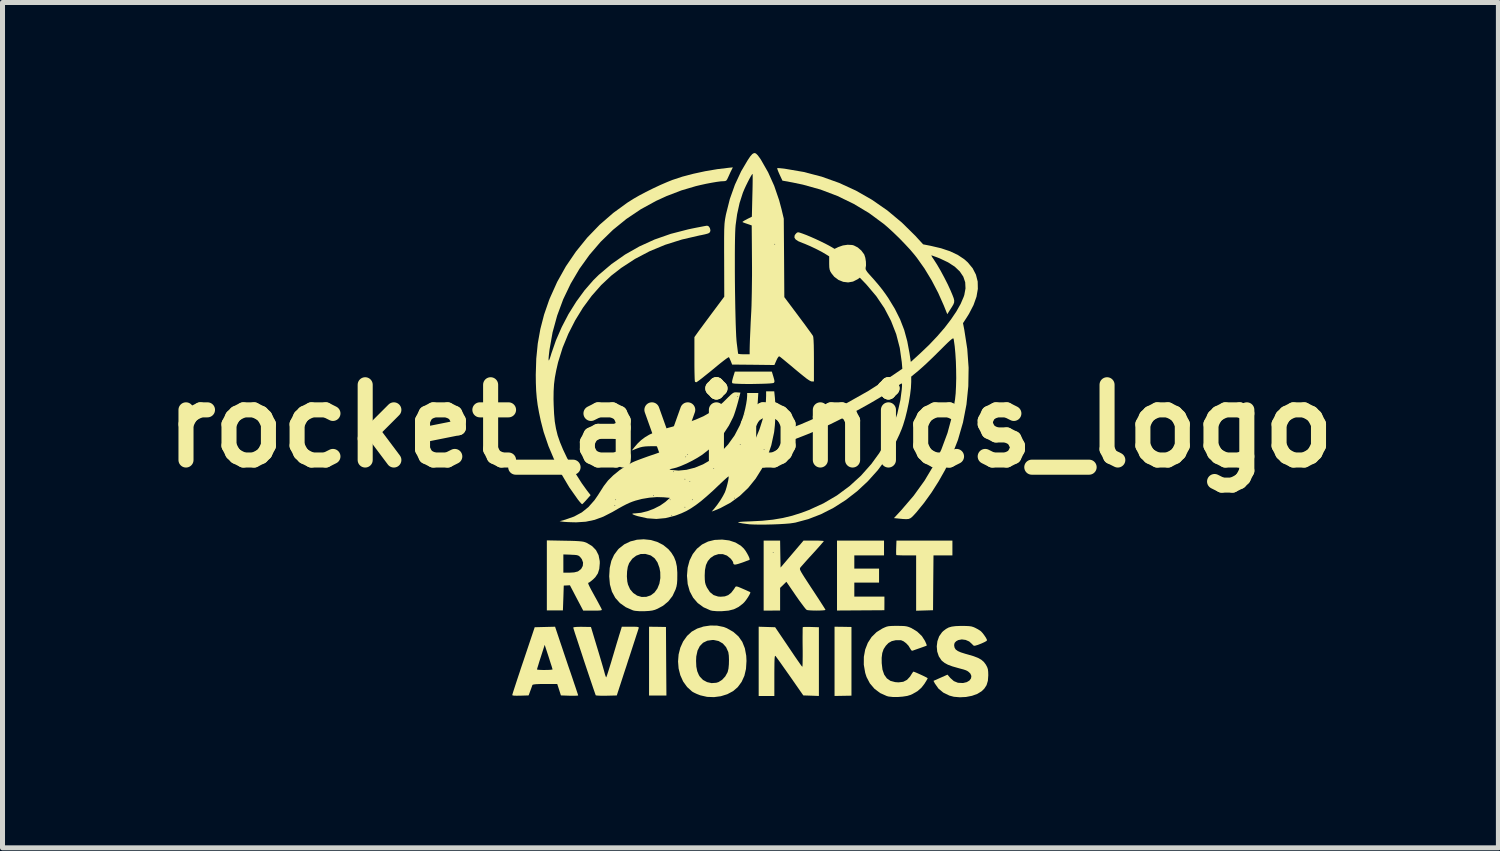
<source format=kicad_pcb>
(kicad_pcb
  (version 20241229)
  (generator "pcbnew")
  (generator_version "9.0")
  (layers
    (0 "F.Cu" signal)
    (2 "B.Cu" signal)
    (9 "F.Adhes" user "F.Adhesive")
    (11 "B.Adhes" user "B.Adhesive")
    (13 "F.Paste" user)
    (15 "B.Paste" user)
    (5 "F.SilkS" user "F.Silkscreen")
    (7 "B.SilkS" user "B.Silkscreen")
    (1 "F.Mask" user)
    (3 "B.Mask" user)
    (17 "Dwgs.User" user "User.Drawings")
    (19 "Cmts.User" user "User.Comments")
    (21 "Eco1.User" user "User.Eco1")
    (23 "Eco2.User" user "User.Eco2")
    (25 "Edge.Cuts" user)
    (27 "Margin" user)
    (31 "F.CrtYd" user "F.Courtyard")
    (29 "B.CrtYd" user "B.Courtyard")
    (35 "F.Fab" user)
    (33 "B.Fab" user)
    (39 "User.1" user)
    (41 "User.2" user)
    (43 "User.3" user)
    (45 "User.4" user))
  (footprint "rocket_avionics_logo"
    (layer "F.Cu")
    (at 11.907 5.44)
    (property "Reference" "rocket_avionics_logo" (at 0 0 0) (layer "F.SilkS") (effects (font (size 1.5 1.5) (thickness 0.3))))
    (attr board_only exclude_from_pos_files exclude_from_bom)
    (fp_poly (pts (xy -1.852 4.003) (xy -1.684 4.006) (xy -1.68 4.689) (xy -1.675 5.372) (xy -1.848 5.372) (xy -2.021 5.372) (xy -2.021 4.687) (xy -2.021 4.001)) (stroke (width 0) (type solid)) (fill yes) (layer "F.SilkS"))
    (fp_poly (pts (xy 1.844 4.003) (xy 2.013 4.006) (xy 2.013 4.691) (xy 2.013 5.375) (xy 1.844 5.378) (xy 1.676 5.381) (xy 1.676 4.691) (xy 1.676 4.001)) (stroke (width 0) (type solid)) (fill yes) (layer "F.SilkS"))
    (fp_poly (pts (xy 4.025 2.432) (xy 4.025 2.579) (xy 3.837 2.579) (xy 3.648 2.579) (xy 3.643 3.126) (xy 3.639 3.672) (xy 3.471 3.677) (xy 3.302 3.682) (xy 3.302 3.131) (xy 3.302 2.579) (xy 3.108 2.579) (xy 3.032 2.579) (xy 2.968 2.577) (xy 2.924 2.575) (xy 2.907 2.573) (xy 2.904 2.554) (xy 2.903 2.511) (xy 2.904 2.451) (xy 2.905 2.425) (xy 2.91 2.284) (xy 3.468 2.284) (xy 4.025 2.284)) (stroke (width 0) (type solid)) (fill yes) (layer "F.SilkS"))
    (fp_poly (pts (xy 0.457 -0.982) (xy 0.473 -0.925) (xy 0.479 -0.891) (xy 0.475 -0.872) (xy 0.463 -0.858) (xy 0.44 -0.853) (xy 0.389 -0.848) (xy 0.318 -0.844) (xy 0.23 -0.841) (xy 0.132 -0.839) (xy 0.03 -0.837) (xy -0.071 -0.837) (xy -0.165 -0.838) (xy -0.246 -0.841) (xy -0.309 -0.844) (xy -0.349 -0.849) (xy -0.358 -0.852) (xy -0.367 -0.866) (xy -0.366 -0.894) (xy -0.354 -0.943) (xy -0.345 -0.975) (xy -0.311 -1.084) (xy 0.058 -1.084) (xy 0.426 -1.084)) (stroke (width 0) (type solid)) (fill yes) (layer "F.SilkS"))
    (fp_poly (pts (xy 2.662 2.432) (xy 2.662 2.579) (xy 2.366 2.579) (xy 2.07 2.579) (xy 2.07 2.711) (xy 2.07 2.842) (xy 2.317 2.842) (xy 2.563 2.842) (xy 2.563 2.982) (xy 2.563 3.122) (xy 2.317 3.122) (xy 2.07 3.122) (xy 2.07 3.261) (xy 2.07 3.401) (xy 2.37 3.401) (xy 2.67 3.401) (xy 2.67 3.536) (xy 2.669 3.672) (xy 2.197 3.675) (xy 1.725 3.678) (xy 1.725 2.981) (xy 1.725 2.284) (xy 2.193 2.284) (xy 2.662 2.284)) (stroke (width 0) (type solid)) (fill yes) (layer "F.SilkS"))
    (fp_poly (pts (xy 0.328 4.006) (xy 0.492 4.011) (xy 0.733 4.367) (xy 0.814 4.487) (xy 0.878 4.582) (xy 0.928 4.655) (xy 0.966 4.709) (xy 0.993 4.748) (xy 1.011 4.773) (xy 1.023 4.788) (xy 1.03 4.795) (xy 1.034 4.797) (xy 1.035 4.797) (xy 1.037 4.781) (xy 1.039 4.737) (xy 1.04 4.67) (xy 1.041 4.583) (xy 1.041 4.481) (xy 1.04 4.408) (xy 1.039 4.298) (xy 1.039 4.2) (xy 1.04 4.117) (xy 1.04 4.055) (xy 1.042 4.018) (xy 1.043 4.01) (xy 1.06 4.006) (xy 1.104 4.005) (xy 1.165 4.005) (xy 1.206 4.006) (xy 1.364 4.011) (xy 1.364 4.696) (xy 1.364 5.381) (xy 1.209 5.375) (xy 1.053 5.37) (xy 0.788 4.989) (xy 0.718 4.89) (xy 0.653 4.798) (xy 0.597 4.718) (xy 0.55 4.653) (xy 0.517 4.608) (xy 0.5 4.585) (xy 0.499 4.584) (xy 0.492 4.581) (xy 0.487 4.589) (xy 0.483 4.613) (xy 0.48 4.655) (xy 0.478 4.719) (xy 0.477 4.808) (xy 0.476 4.926) (xy 0.476 4.971) (xy 0.476 5.381) (xy 0.32 5.381) (xy 0.164 5.381) (xy 0.164 4.691) (xy 0.164 4.001)) (stroke (width 0) (type solid)) (fill yes) (layer "F.SilkS"))
    (fp_poly (pts (xy -0.665 3.979) (xy -0.537 4.005) (xy -0.471 4.03) (xy -0.341 4.104) (xy -0.239 4.194) (xy -0.163 4.302) (xy -0.112 4.43) (xy -0.084 4.579) (xy -0.079 4.682) (xy -0.089 4.842) (xy -0.121 4.979) (xy -0.176 5.1) (xy -0.254 5.206) (xy -0.347 5.285) (xy -0.461 5.346) (xy -0.59 5.386) (xy -0.726 5.404) (xy -0.864 5.399) (xy -0.996 5.369) (xy -1.005 5.366) (xy -1.069 5.341) (xy -1.126 5.314) (xy -1.163 5.293) (xy -1.263 5.202) (xy -1.342 5.092) (xy -1.398 4.967) (xy -1.432 4.833) (xy -1.443 4.693) (xy -1.442 4.681) (xy -1.084 4.681) (xy -1.079 4.796) (xy -1.061 4.887) (xy -1.028 4.965) (xy -1.007 4.998) (xy -0.945 5.062) (xy -0.864 5.105) (xy -0.774 5.125) (xy -0.682 5.118) (xy -0.636 5.104) (xy -0.565 5.059) (xy -0.502 4.991) (xy -0.458 4.912) (xy -0.453 4.899) (xy -0.438 4.836) (xy -0.43 4.752) (xy -0.428 4.662) (xy -0.431 4.577) (xy -0.441 4.509) (xy -0.443 4.503) (xy -0.486 4.408) (xy -0.551 4.335) (xy -0.635 4.286) (xy -0.734 4.265) (xy -0.756 4.265) (xy -0.859 4.279) (xy -0.944 4.32) (xy -1.009 4.386) (xy -1.055 4.477) (xy -1.08 4.593) (xy -1.084 4.681) (xy -1.442 4.681) (xy -1.432 4.554) (xy -1.398 4.419) (xy -1.342 4.295) (xy -1.263 4.184) (xy -1.171 4.099) (xy -1.062 4.038) (xy -0.936 3.997) (xy -0.801 3.977)) (stroke (width 0) (type solid)) (fill yes) (layer "F.SilkS"))
    (fp_poly (pts (xy -3.817 4.231) (xy -3.791 4.309) (xy -3.756 4.412) (xy -3.716 4.532) (xy -3.672 4.662) (xy -3.627 4.796) (xy -3.587 4.911) (xy -3.548 5.026) (xy -3.513 5.131) (xy -3.482 5.222) (xy -3.458 5.295) (xy -3.441 5.345) (xy -3.434 5.369) (xy -3.434 5.371) (xy -3.449 5.374) (xy -3.49 5.376) (xy -3.551 5.377) (xy -3.606 5.376) (xy -3.778 5.37) (xy -3.814 5.256) (xy -3.851 5.142) (xy -4.095 5.142) (xy -4.197 5.143) (xy -4.27 5.146) (xy -4.316 5.151) (xy -4.341 5.158) (xy -4.346 5.163) (xy -4.355 5.189) (xy -4.371 5.234) (xy -4.387 5.277) (xy -4.421 5.37) (xy -4.585 5.375) (xy -4.664 5.376) (xy -4.719 5.374) (xy -4.746 5.367) (xy -4.748 5.364) (xy -4.743 5.346) (xy -4.729 5.299) (xy -4.706 5.228) (xy -4.676 5.136) (xy -4.64 5.026) (xy -4.598 4.901) (xy -4.583 4.853) (xy -4.255 4.853) (xy -4.24 4.857) (xy -4.199 4.861) (xy -4.139 4.863) (xy -4.099 4.863) (xy -4.032 4.862) (xy -3.98 4.859) (xy -3.949 4.854) (xy -3.944 4.851) (xy -3.95 4.832) (xy -3.963 4.787) (xy -3.984 4.723) (xy -4.009 4.644) (xy -4.023 4.6) (xy -4.101 4.362) (xy -4.178 4.603) (xy -4.205 4.686) (xy -4.227 4.759) (xy -4.244 4.814) (xy -4.254 4.847) (xy -4.255 4.853) (xy -4.583 4.853) (xy -4.553 4.764) (xy -4.524 4.679) (xy -4.3 4.011) (xy -4.097 4.006) (xy -3.894 4.001)) (stroke (width 0) (type solid)) (fill yes) (layer "F.SilkS"))
    (fp_poly (pts (xy -3.701 2.287) (xy -3.581 2.289) (xy -3.49 2.292) (xy -3.421 2.296) (xy -3.369 2.301) (xy -3.33 2.307) (xy -3.298 2.316) (xy -3.269 2.327) (xy -3.261 2.331) (xy -3.156 2.394) (xy -3.078 2.475) (xy -3.027 2.575) (xy -3.004 2.692) (xy -3.003 2.736) (xy -3.013 2.848) (xy -3.041 2.938) (xy -3.092 3.014) (xy -3.134 3.056) (xy -3.176 3.091) (xy -3.208 3.115) (xy -3.222 3.122) (xy -3.232 3.125) (xy -3.234 3.136) (xy -3.226 3.16) (xy -3.208 3.199) (xy -3.178 3.258) (xy -3.133 3.34) (xy -3.105 3.391) (xy -3.06 3.472) (xy -3.021 3.545) (xy -2.99 3.603) (xy -2.97 3.642) (xy -2.964 3.654) (xy -2.963 3.665) (xy -2.974 3.673) (xy -3.003 3.677) (xy -3.053 3.68) (xy -3.131 3.68) (xy -3.143 3.68) (xy -3.333 3.68) (xy -3.466 3.428) (xy -3.598 3.175) (xy -3.66 3.178) (xy -3.721 3.181) (xy -3.729 3.428) (xy -3.738 3.675) (xy -3.898 3.675) (xy -4.058 3.675) (xy -4.058 2.977) (xy -4.058 2.742) (xy -3.729 2.742) (xy -3.729 2.924) (xy -3.61 2.924) (xy -3.513 2.918) (xy -3.442 2.9) (xy -3.434 2.896) (xy -3.375 2.85) (xy -3.342 2.79) (xy -3.336 2.723) (xy -3.36 2.656) (xy -3.383 2.625) (xy -3.407 2.599) (xy -3.431 2.583) (xy -3.461 2.574) (xy -3.507 2.569) (xy -3.577 2.566) (xy -3.58 2.565) (xy -3.729 2.56) (xy -3.729 2.742) (xy -4.058 2.742) (xy -4.058 2.28)) (stroke (width 0) (type solid)) (fill yes) (layer "F.SilkS"))
    (fp_poly (pts (xy 0.595 2.553) (xy 0.6 2.822) (xy 0.829 2.553) (xy 1.058 2.284) (xy 1.26 2.284) (xy 1.337 2.284) (xy 1.401 2.287) (xy 1.445 2.29) (xy 1.462 2.293) (xy 1.462 2.294) (xy 1.452 2.308) (xy 1.422 2.343) (xy 1.377 2.395) (xy 1.32 2.459) (xy 1.254 2.532) (xy 1.245 2.542) (xy 1.175 2.618) (xy 1.112 2.688) (xy 1.059 2.748) (xy 1.02 2.792) (xy 0.998 2.817) (xy 0.998 2.818) (xy 0.99 2.829) (xy 0.986 2.842) (xy 0.987 2.858) (xy 0.996 2.882) (xy 1.014 2.916) (xy 1.043 2.964) (xy 1.084 3.029) (xy 1.139 3.113) (xy 1.21 3.222) (xy 1.232 3.255) (xy 1.299 3.357) (xy 1.36 3.45) (xy 1.412 3.531) (xy 1.453 3.595) (xy 1.482 3.641) (xy 1.495 3.663) (xy 1.495 3.665) (xy 1.48 3.671) (xy 1.44 3.675) (xy 1.383 3.678) (xy 1.317 3.679) (xy 1.249 3.678) (xy 1.189 3.675) (xy 1.142 3.671) (xy 1.12 3.665) (xy 1.101 3.647) (xy 1.068 3.606) (xy 1.023 3.546) (xy 0.969 3.473) (xy 0.911 3.39) (xy 0.902 3.377) (xy 0.716 3.105) (xy 0.654 3.166) (xy 0.591 3.227) (xy 0.591 3.452) (xy 0.591 3.678) (xy 0.427 3.679) (xy 0.263 3.68) (xy 0.263 2.982) (xy 0.263 2.522) (xy 0.444 2.522) (xy 0.452 2.53) (xy 0.46 2.522) (xy 0.452 2.514) (xy 0.444 2.522) (xy 0.263 2.522) (xy 0.263 2.284) (xy 0.427 2.284) (xy 0.591 2.284)) (stroke (width 0) (type solid)) (fill yes) (layer "F.SilkS"))
    (fp_poly (pts (xy -1.991 2.272) (xy -1.86 2.31) (xy -1.74 2.371) (xy -1.636 2.455) (xy -1.576 2.526) (xy -1.524 2.61) (xy -1.489 2.698) (xy -1.467 2.799) (xy -1.458 2.92) (xy -1.458 2.974) (xy -1.459 3.069) (xy -1.464 3.14) (xy -1.474 3.198) (xy -1.49 3.251) (xy -1.492 3.257) (xy -1.553 3.388) (xy -1.636 3.495) (xy -1.742 3.583) (xy -1.851 3.642) (xy -1.904 3.664) (xy -1.957 3.678) (xy -2.019 3.686) (xy -2.102 3.691) (xy -2.111 3.691) (xy -2.219 3.691) (xy -2.301 3.684) (xy -2.341 3.675) (xy -2.485 3.612) (xy -2.602 3.529) (xy -2.694 3.426) (xy -2.761 3.302) (xy -2.801 3.159) (xy -2.815 3) (xy -2.463 3) (xy -2.455 3.098) (xy -2.441 3.161) (xy -2.399 3.255) (xy -2.336 3.329) (xy -2.259 3.381) (xy -2.171 3.407) (xy -2.078 3.406) (xy -1.988 3.376) (xy -1.913 3.32) (xy -1.855 3.24) (xy -1.815 3.142) (xy -1.796 3.031) (xy -1.798 2.912) (xy -1.814 2.826) (xy -1.853 2.719) (xy -1.908 2.639) (xy -1.98 2.585) (xy -1.994 2.578) (xy -2.093 2.55) (xy -2.188 2.552) (xy -2.277 2.585) (xy -2.355 2.645) (xy -2.417 2.732) (xy -2.419 2.736) (xy -2.445 2.807) (xy -2.459 2.899) (xy -2.463 3) (xy -2.815 3) (xy -2.815 2.996) (xy -2.815 2.99) (xy -2.805 2.828) (xy -2.773 2.688) (xy -2.718 2.568) (xy -2.64 2.463) (xy -2.621 2.443) (xy -2.515 2.359) (xy -2.394 2.301) (xy -2.263 2.267) (xy -2.127 2.258)) (stroke (width 0) (type solid)) (fill yes) (layer "F.SilkS"))
    (fp_poly (pts (xy -2.314 4.001) (xy -2.265 4.003) (xy -2.238 4.007) (xy -2.227 4.015) (xy -2.227 4.027) (xy -2.229 4.033) (xy -2.236 4.056) (xy -2.252 4.106) (xy -2.277 4.181) (xy -2.307 4.275) (xy -2.343 4.385) (xy -2.383 4.509) (xy -2.426 4.641) (xy -2.427 4.641) (xy -2.47 4.776) (xy -2.512 4.903) (xy -2.55 5.02) (xy -2.583 5.122) (xy -2.61 5.204) (xy -2.629 5.263) (xy -2.639 5.293) (xy -2.664 5.371) (xy -2.87 5.376) (xy -2.948 5.377) (xy -3.015 5.375) (xy -3.062 5.372) (xy -3.083 5.368) (xy -3.084 5.367) (xy -3.091 5.348) (xy -3.107 5.302) (xy -3.131 5.233) (xy -3.161 5.144) (xy -3.196 5.041) (xy -3.235 4.925) (xy -3.276 4.803) (xy -3.318 4.677) (xy -3.359 4.551) (xy -3.399 4.43) (xy -3.436 4.317) (xy -3.469 4.217) (xy -3.497 4.133) (xy -3.517 4.069) (xy -3.529 4.029) (xy -3.532 4.017) (xy -3.516 4.01) (xy -3.471 4.005) (xy -3.399 4.003) (xy -3.356 4.003) (xy -3.179 4.006) (xy -3.061 4.398) (xy -3.026 4.513) (xy -2.993 4.624) (xy -2.963 4.725) (xy -2.938 4.811) (xy -2.92 4.874) (xy -2.913 4.9) (xy -2.898 4.955) (xy -2.884 4.995) (xy -2.876 5.011) (xy -2.876 5.011) (xy -2.869 4.996) (xy -2.854 4.954) (xy -2.833 4.889) (xy -2.807 4.806) (xy -2.777 4.709) (xy -2.761 4.654) (xy -2.727 4.54) (xy -2.693 4.426) (xy -2.662 4.321) (xy -2.634 4.23) (xy -2.614 4.162) (xy -2.609 4.148) (xy -2.564 4.001) (xy -2.391 4.001)) (stroke (width 0) (type solid)) (fill yes) (layer "F.SilkS"))
    (fp_poly (pts (xy -0.424 2.281) (xy -0.3 2.322) (xy -0.194 2.385) (xy -0.133 2.442) (xy -0.1 2.485) (xy -0.068 2.537) (xy -0.04 2.589) (xy -0.021 2.633) (xy -0.016 2.662) (xy -0.018 2.667) (xy -0.035 2.675) (xy -0.077 2.69) (xy -0.134 2.712) (xy -0.171 2.725) (xy -0.247 2.75) (xy -0.297 2.762) (xy -0.327 2.76) (xy -0.341 2.744) (xy -0.345 2.718) (xy -0.355 2.696) (xy -0.381 2.66) (xy -0.398 2.64) (xy -0.469 2.583) (xy -0.551 2.554) (xy -0.638 2.554) (xy -0.725 2.582) (xy -0.796 2.63) (xy -0.85 2.693) (xy -0.887 2.772) (xy -0.907 2.873) (xy -0.912 2.982) (xy -0.91 3.059) (xy -0.905 3.115) (xy -0.893 3.162) (xy -0.872 3.211) (xy -0.865 3.224) (xy -0.808 3.311) (xy -0.735 3.37) (xy -0.646 3.399) (xy -0.593 3.403) (xy -0.51 3.396) (xy -0.443 3.371) (xy -0.384 3.324) (xy -0.327 3.25) (xy -0.304 3.213) (xy -0.294 3.201) (xy -0.277 3.198) (xy -0.248 3.205) (xy -0.201 3.224) (xy -0.148 3.247) (xy -0.086 3.274) (xy -0.038 3.296) (xy -0.008 3.309) (xy -0.003 3.312) (xy -0.004 3.329) (xy -0.021 3.365) (xy -0.048 3.411) (xy -0.082 3.461) (xy -0.117 3.506) (xy -0.149 3.539) (xy -0.237 3.607) (xy -0.33 3.653) (xy -0.437 3.68) (xy -0.566 3.691) (xy -0.674 3.691) (xy -0.757 3.684) (xy -0.797 3.675) (xy -0.936 3.613) (xy -1.052 3.528) (xy -1.143 3.422) (xy -1.21 3.296) (xy -1.251 3.15) (xy -1.265 2.987) (xy -1.265 2.982) (xy -1.252 2.824) (xy -1.213 2.68) (xy -1.151 2.554) (xy -1.068 2.447) (xy -0.965 2.362) (xy -0.845 2.303) (xy -0.715 2.271) (xy -0.564 2.264)) (stroke (width 0) (type solid)) (fill yes) (layer "F.SilkS"))
    (fp_poly (pts (xy 3.009 3.985) (xy 3.071 3.988) (xy 3.117 3.995) (xy 3.158 4.007) (xy 3.201 4.025) (xy 3.206 4.027) (xy 3.323 4.098) (xy 3.417 4.188) (xy 3.477 4.282) (xy 3.499 4.33) (xy 3.512 4.364) (xy 3.514 4.376) (xy 3.497 4.384) (xy 3.456 4.399) (xy 3.4 4.419) (xy 3.38 4.426) (xy 3.317 4.448) (xy 3.265 4.466) (xy 3.233 4.478) (xy 3.228 4.479) (xy 3.206 4.472) (xy 3.183 4.434) (xy 3.182 4.433) (xy 3.15 4.38) (xy 3.103 4.33) (xy 3.051 4.291) (xy 3.002 4.27) (xy 2.994 4.269) (xy 2.894 4.27) (xy 2.816 4.288) (xy 2.751 4.325) (xy 2.698 4.38) (xy 2.654 4.447) (xy 2.627 4.525) (xy 2.615 4.62) (xy 2.616 4.727) (xy 2.631 4.855) (xy 2.665 4.955) (xy 2.718 5.03) (xy 2.79 5.08) (xy 2.884 5.105) (xy 2.952 5.11) (xy 3.046 5.098) (xy 3.12 5.06) (xy 3.181 4.994) (xy 3.197 4.968) (xy 3.223 4.927) (xy 3.242 4.901) (xy 3.247 4.896) (xy 3.268 4.902) (xy 3.31 4.919) (xy 3.362 4.942) (xy 3.419 4.968) (xy 3.471 4.993) (xy 3.512 5.014) (xy 3.531 5.026) (xy 3.532 5.028) (xy 3.524 5.046) (xy 3.502 5.084) (xy 3.471 5.133) (xy 3.47 5.136) (xy 3.405 5.219) (xy 3.328 5.286) (xy 3.228 5.343) (xy 3.196 5.358) (xy 3.125 5.38) (xy 3.034 5.394) (xy 2.934 5.402) (xy 2.836 5.401) (xy 2.752 5.392) (xy 2.716 5.382) (xy 2.585 5.323) (xy 2.472 5.238) (xy 2.38 5.13) (xy 2.314 5.004) (xy 2.287 4.921) (xy 2.259 4.758) (xy 2.26 4.601) (xy 2.287 4.455) (xy 2.339 4.322) (xy 2.415 4.205) (xy 2.514 4.108) (xy 2.626 4.038) (xy 2.675 4.015) (xy 2.715 3.999) (xy 2.756 3.99) (xy 2.807 3.986) (xy 2.877 3.984) (xy 2.924 3.984)) (stroke (width 0) (type solid)) (fill yes) (layer "F.SilkS"))
    (fp_poly (pts (xy 4.293 3.986) (xy 4.355 3.989) (xy 4.402 3.995) (xy 4.442 4.007) (xy 4.477 4.022) (xy 4.532 4.051) (xy 4.58 4.081) (xy 4.598 4.096) (xy 4.63 4.131) (xy 4.664 4.177) (xy 4.694 4.222) (xy 4.712 4.259) (xy 4.715 4.271) (xy 4.701 4.287) (xy 4.661 4.309) (xy 4.604 4.335) (xy 4.535 4.362) (xy 4.512 4.369) (xy 4.471 4.381) (xy 4.446 4.377) (xy 4.423 4.354) (xy 4.417 4.347) (xy 4.36 4.295) (xy 4.288 4.264) (xy 4.213 4.254) (xy 4.142 4.267) (xy 4.1 4.29) (xy 4.069 4.323) (xy 4.06 4.362) (xy 4.061 4.383) (xy 4.07 4.423) (xy 4.092 4.456) (xy 4.132 4.485) (xy 4.193 4.512) (xy 4.281 4.54) (xy 4.331 4.554) (xy 4.447 4.588) (xy 4.535 4.622) (xy 4.601 4.659) (xy 4.651 4.702) (xy 4.69 4.754) (xy 4.694 4.761) (xy 4.718 4.806) (xy 4.732 4.848) (xy 4.738 4.899) (xy 4.74 4.97) (xy 4.732 5.078) (xy 4.706 5.165) (xy 4.659 5.237) (xy 4.606 5.288) (xy 4.521 5.34) (xy 4.415 5.378) (xy 4.296 5.401) (xy 4.173 5.407) (xy 4.054 5.397) (xy 3.964 5.373) (xy 3.843 5.314) (xy 3.746 5.233) (xy 3.674 5.13) (xy 3.672 5.126) (xy 3.648 5.08) (xy 3.788 5.018) (xy 3.927 4.956) (xy 3.985 5.024) (xy 4.054 5.085) (xy 4.135 5.118) (xy 4.231 5.123) (xy 4.241 5.122) (xy 4.312 5.105) (xy 4.365 5.073) (xy 4.396 5.03) (xy 4.403 4.983) (xy 4.383 4.935) (xy 4.366 4.918) (xy 4.342 4.896) (xy 4.319 4.881) (xy 4.291 4.868) (xy 4.25 4.854) (xy 4.19 4.838) (xy 4.135 4.823) (xy 4.023 4.791) (xy 3.937 4.759) (xy 3.871 4.724) (xy 3.82 4.683) (xy 3.808 4.672) (xy 3.754 4.591) (xy 3.722 4.496) (xy 3.713 4.392) (xy 3.726 4.289) (xy 3.761 4.192) (xy 3.818 4.111) (xy 3.844 4.086) (xy 3.898 4.045) (xy 3.951 4.016) (xy 4.011 3.999) (xy 4.086 3.989) (xy 4.184 3.985) (xy 4.206 3.985)) (stroke (width 0) (type solid)) (fill yes) (layer "F.SilkS"))
    (fp_poly (pts (xy -0.377 -5.102) (xy -0.4 -5.056) (xy -0.426 -4.997) (xy -0.441 -4.965) (xy -0.464 -4.916) (xy -0.483 -4.89) (xy -0.507 -4.881) (xy -0.53 -4.879) (xy -0.589 -4.876) (xy -0.673 -4.865) (xy -0.773 -4.848) (xy -0.884 -4.827) (xy -0.997 -4.802) (xy -1.086 -4.781) (xy -1.377 -4.695) (xy -1.674 -4.581) (xy -1.881 -4.486) (xy -2.186 -4.319) (xy -2.473 -4.126) (xy -2.74 -3.909) (xy -2.986 -3.67) (xy -3.209 -3.41) (xy -3.409 -3.131) (xy -3.583 -2.836) (xy -3.732 -2.525) (xy -3.852 -2.201) (xy -3.944 -1.866) (xy -4.005 -1.521) (xy -4.008 -1.496) (xy -4.019 -1.401) (xy -4.024 -1.339) (xy -4.022 -1.308) (xy -4.015 -1.309) (xy -4.001 -1.34) (xy -3.98 -1.403) (xy -3.97 -1.438) (xy -3.877 -1.706) (xy -3.761 -1.972) (xy -3.626 -2.231) (xy -3.473 -2.476) (xy -3.308 -2.702) (xy -3.132 -2.905) (xy -3.022 -3.013) (xy -2.768 -3.228) (xy -2.5 -3.416) (xy -2.215 -3.578) (xy -1.912 -3.716) (xy -1.589 -3.829) (xy -1.244 -3.918) (xy -1.17 -3.934) (xy -1.076 -3.953) (xy -0.992 -3.969) (xy -0.925 -3.982) (xy -0.879 -3.99) (xy -0.862 -3.992) (xy -0.831 -3.978) (xy -0.808 -3.943) (xy -0.798 -3.901) (xy -0.803 -3.875) (xy -0.812 -3.858) (xy -0.829 -3.844) (xy -0.86 -3.832) (xy -0.91 -3.819) (xy -0.985 -3.803) (xy -1.013 -3.798) (xy -1.367 -3.716) (xy -1.7 -3.611) (xy -2.011 -3.482) (xy -2.302 -3.329) (xy -2.576 -3.15) (xy -2.777 -2.994) (xy -2.976 -2.807) (xy -3.164 -2.594) (xy -3.338 -2.358) (xy -3.494 -2.104) (xy -3.63 -1.837) (xy -3.743 -1.562) (xy -3.83 -1.283) (xy -3.837 -1.257) (xy -3.872 -1.104) (xy -3.898 -0.966) (xy -3.915 -0.832) (xy -3.923 -0.692) (xy -3.925 -0.536) (xy -3.922 -0.422) (xy -3.914 -0.244) (xy -3.9 -0.088) (xy -3.876 0.052) (xy -3.843 0.187) (xy -3.796 0.323) (xy -3.735 0.47) (xy -3.657 0.634) (xy -3.517 0.897) (xy -3.364 1.139) (xy -3.259 1.285) (xy -3.186 1.379) (xy -3.265 1.468) (xy -3.305 1.512) (xy -3.337 1.545) (xy -3.354 1.559) (xy -3.355 1.559) (xy -3.37 1.548) (xy -3.398 1.517) (xy -3.435 1.472) (xy -3.44 1.465) (xy -3.61 1.224) (xy -3.766 0.961) (xy -3.906 0.685) (xy -4.026 0.401) (xy -4.122 0.119) (xy -4.179 -0.102) (xy -4.214 -0.268) (xy -4.241 -0.417) (xy -4.259 -0.558) (xy -4.271 -0.701) (xy -4.277 -0.857) (xy -4.279 -1.019) (xy -4.269 -1.341) (xy -4.239 -1.644) (xy -4.187 -1.934) (xy -4.113 -2.22) (xy -4.014 -2.507) (xy -3.998 -2.547) (xy -3.853 -2.87) (xy -3.679 -3.181) (xy -3.478 -3.476) (xy -3.253 -3.754) (xy -3.005 -4.011) (xy -2.736 -4.245) (xy -2.45 -4.453) (xy -2.333 -4.527) (xy -2.22 -4.592) (xy -2.086 -4.663) (xy -1.941 -4.735) (xy -1.794 -4.804) (xy -1.657 -4.863) (xy -1.555 -4.904) (xy -1.358 -4.969) (xy -1.137 -5.027) (xy -0.901 -5.078) (xy -0.658 -5.119) (xy -0.426 -5.147) (xy -0.351 -5.154)) (stroke (width 0) (type solid)) (fill yes) (layer "F.SilkS"))
    (fp_poly (pts (xy 0.108 -5.432) (xy 0.146 -5.395) (xy 0.193 -5.331) (xy 0.211 -5.303) (xy 0.352 -5.056) (xy 0.473 -4.787) (xy 0.572 -4.498) (xy 0.62 -4.318) (xy 0.664 -4.132) (xy 0.67 -3.35) (xy 0.675 -2.568) (xy 0.952 -2.198) (xy 1.025 -2.1) (xy 1.092 -2.01) (xy 1.15 -1.93) (xy 1.197 -1.866) (xy 1.23 -1.819) (xy 1.246 -1.795) (xy 1.247 -1.794) (xy 1.253 -1.764) (xy 1.258 -1.703) (xy 1.262 -1.609) (xy 1.264 -1.485) (xy 1.265 -1.33) (xy 1.265 -1.324) (xy 1.265 -0.887) (xy 1.226 -0.887) (xy 1.209 -0.89) (xy 1.187 -0.9) (xy 1.156 -0.919) (xy 1.114 -0.948) (xy 1.059 -0.992) (xy 0.987 -1.05) (xy 0.895 -1.126) (xy 0.787 -1.217) (xy 0.719 -1.273) (xy 0.66 -1.322) (xy 0.613 -1.36) (xy 0.584 -1.383) (xy 0.579 -1.386) (xy 0.561 -1.383) (xy 0.538 -1.35) (xy 0.517 -1.307) (xy 0.477 -1.215) (xy 0.056 -1.22) (xy -0.365 -1.224) (xy -0.392 -1.292) (xy -0.411 -1.336) (xy -0.426 -1.366) (xy -0.43 -1.372) (xy -0.445 -1.365) (xy -0.482 -1.341) (xy -0.535 -1.301) (xy -0.6 -1.25) (xy -0.665 -1.197) (xy -0.793 -1.091) (xy -0.897 -1.008) (xy -0.977 -0.944) (xy -1.034 -0.901) (xy -1.07 -0.876) (xy -1.083 -0.871) (xy -1.105 -0.881) (xy -1.106 -0.882) (xy -1.109 -0.9) (xy -1.112 -0.948) (xy -1.114 -1.019) (xy -1.116 -1.11) (xy -1.117 -1.216) (xy -1.117 -1.332) (xy -1.117 -1.771) (xy -1.064 -1.846) (xy -1.039 -1.881) (xy -0.998 -1.937) (xy -0.944 -2.01) (xy -0.881 -2.095) (xy -0.812 -2.188) (xy -0.766 -2.25) (xy -0.522 -2.577) (xy -0.524 -3.257) (xy -0.311 -3.257) (xy -0.311 -3.078) (xy -0.31 -2.895) (xy -0.308 -2.709) (xy -0.305 -2.527) (xy -0.302 -2.351) (xy -0.298 -2.185) (xy -0.294 -2.033) (xy -0.289 -1.899) (xy -0.284 -1.787) (xy -0.278 -1.701) (xy -0.273 -1.651) (xy -0.263 -1.574) (xy -0.255 -1.509) (xy -0.249 -1.462) (xy -0.247 -1.442) (xy -0.247 -1.442) (xy -0.232 -1.436) (xy -0.192 -1.431) (xy -0.136 -1.429) (xy -0.131 -1.429) (xy -0.016 -1.429) (xy -0.016 -1.516) (xy -0.014 -1.608) (xy -0.01 -1.732) (xy -0.003 -1.888) (xy 0.005 -2.076) (xy 0.017 -2.297) (xy 0.017 -2.3) (xy 0.021 -2.399) (xy 0.024 -2.524) (xy 0.027 -2.67) (xy 0.029 -2.829) (xy 0.031 -2.996) (xy 0.031 -3.165) (xy 0.03 -3.325) (xy 0.028 -3.623) (xy 0.476 -3.623) (xy 0.485 -3.614) (xy 0.493 -3.623) (xy 0.485 -3.631) (xy 0.476 -3.623) (xy 0.028 -3.623) (xy 0.025 -3.997) (xy -0.064 -4.028) (xy -0.114 -4.045) (xy -0.149 -4.059) (xy -0.16 -4.065) (xy -0.151 -4.075) (xy -0.118 -4.096) (xy -0.07 -4.121) (xy -0.07 -4.122) (xy 0.028 -4.171) (xy 0.038 -4.594) (xy 0.041 -4.708) (xy 0.043 -4.812) (xy 0.044 -4.899) (xy 0.044 -4.966) (xy 0.044 -5.009) (xy 0.042 -5.023) (xy 0.031 -5.014) (xy 0.01 -4.981) (xy -0.019 -4.929) (xy -0.052 -4.865) (xy -0.087 -4.794) (xy -0.12 -4.723) (xy -0.148 -4.656) (xy -0.154 -4.64) (xy -0.217 -4.443) (xy -0.266 -4.22) (xy -0.296 -4.001) (xy -0.301 -3.935) (xy -0.305 -3.841) (xy -0.308 -3.722) (xy -0.31 -3.583) (xy -0.311 -3.426) (xy -0.311 -3.257) (xy -0.524 -3.257) (xy -0.524 -3.3) (xy -0.525 -3.474) (xy -0.525 -3.618) (xy -0.525 -3.737) (xy -0.524 -3.834) (xy -0.523 -3.912) (xy -0.52 -3.977) (xy -0.517 -4.031) (xy -0.512 -4.077) (xy -0.506 -4.121) (xy -0.498 -4.165) (xy -0.489 -4.213) (xy -0.485 -4.23) (xy -0.411 -4.524) (xy -0.31 -4.808) (xy -0.185 -5.077) (xy -0.057 -5.294) (xy -0.005 -5.372) (xy 0.037 -5.42) (xy 0.073 -5.44)) (stroke (width 0) (type solid)) (fill yes) (layer "F.SilkS"))
    (fp_poly (pts (xy 0.594 -5.137) (xy 0.655 -5.131) (xy 0.685 -5.127) (xy 1.059 -5.063) (xy 1.42 -4.969) (xy 1.769 -4.844) (xy 2.104 -4.69) (xy 2.424 -4.507) (xy 2.729 -4.295) (xy 3.018 -4.054) (xy 3.29 -3.786) (xy 3.328 -3.744) (xy 3.442 -3.62) (xy 3.59 -3.591) (xy 3.799 -3.542) (xy 3.978 -3.482) (xy 4.131 -3.41) (xy 4.259 -3.325) (xy 4.33 -3.262) (xy 4.428 -3.144) (xy 4.494 -3.016) (xy 4.529 -2.879) (xy 4.532 -2.732) (xy 4.505 -2.576) (xy 4.446 -2.41) (xy 4.356 -2.236) (xy 4.313 -2.167) (xy 4.236 -2.049) (xy 4.262 -1.916) (xy 4.321 -1.536) (xy 4.348 -1.161) (xy 4.342 -0.792) (xy 4.305 -0.428) (xy 4.236 -0.071) (xy 4.135 0.279) (xy 4.002 0.62) (xy 3.99 0.649) (xy 3.879 0.876) (xy 3.75 1.104) (xy 3.609 1.326) (xy 3.46 1.533) (xy 3.309 1.719) (xy 3.255 1.778) (xy 3.219 1.815) (xy 3.187 1.839) (xy 3.152 1.853) (xy 3.106 1.857) (xy 3.041 1.854) (xy 2.961 1.846) (xy 2.86 1.836) (xy 3.006 1.678) (xy 3.253 1.39) (xy 3.468 1.092) (xy 3.652 0.785) (xy 3.805 0.468) (xy 3.927 0.14) (xy 4.019 -0.2) (xy 4.077 -0.526) (xy 4.09 -0.648) (xy 4.097 -0.793) (xy 4.101 -0.953) (xy 4.099 -1.12) (xy 4.094 -1.286) (xy 4.084 -1.445) (xy 4.071 -1.588) (xy 4.054 -1.708) (xy 4.049 -1.737) (xy 4.044 -1.745) (xy 4.032 -1.744) (xy 4.011 -1.731) (xy 3.978 -1.703) (xy 3.93 -1.659) (xy 3.865 -1.595) (xy 3.781 -1.511) (xy 3.766 -1.497) (xy 3.679 -1.41) (xy 3.589 -1.323) (xy 3.503 -1.241) (xy 3.426 -1.171) (xy 3.365 -1.117) (xy 3.348 -1.102) (xy 3.204 -0.984) (xy 3.204 -0.876) (xy 3.198 -0.757) (xy 3.181 -0.617) (xy 3.155 -0.464) (xy 3.122 -0.307) (xy 3.084 -0.154) (xy 3.042 -0.016) (xy 3.014 0.061) (xy 2.969 0.168) (xy 2.913 0.287) (xy 2.851 0.409) (xy 2.788 0.524) (xy 2.729 0.621) (xy 2.712 0.647) (xy 2.536 0.883) (xy 2.339 1.102) (xy 2.125 1.301) (xy 1.896 1.478) (xy 1.656 1.631) (xy 1.407 1.758) (xy 1.154 1.856) (xy 0.898 1.925) (xy 0.863 1.931) (xy 0.789 1.942) (xy 0.689 1.95) (xy 0.572 1.957) (xy 0.445 1.962) (xy 0.316 1.965) (xy 0.191 1.966) (xy 0.078 1.964) (xy -0.015 1.96) (xy -0.066 1.954) (xy -0.155 1.942) (xy -0.214 1.931) (xy -0.244 1.923) (xy -0.243 1.917) (xy -0.211 1.912) (xy -0.148 1.907) (xy -0.053 1.903) (xy 0 1.901) (xy 0.236 1.889) (xy 0.448 1.867) (xy 0.644 1.834) (xy 0.831 1.789) (xy 1.017 1.73) (xy 1.166 1.674) (xy 1.455 1.542) (xy 1.724 1.384) (xy 1.974 1.199) (xy 2.203 0.99) (xy 2.409 0.758) (xy 2.566 0.542) (xy 2.714 0.292) (xy 2.835 0.029) (xy 2.927 -0.244) (xy 2.989 -0.52) (xy 3.015 -0.721) (xy 3.02 -0.788) (xy 3.021 -0.828) (xy 3.016 -0.846) (xy 3.006 -0.846) (xy 3.004 -0.845) (xy 2.981 -0.83) (xy 2.939 -0.802) (xy 2.885 -0.764) (xy 2.858 -0.746) (xy 2.722 -0.655) (xy 2.562 -0.556) (xy 2.383 -0.451) (xy 2.191 -0.344) (xy 1.993 -0.237) (xy 1.794 -0.135) (xy 1.601 -0.039) (xy 1.419 0.045) (xy 1.314 0.091) (xy 1.228 0.127) (xy 1.134 0.166) (xy 1.035 0.205) (xy 0.937 0.243) (xy 0.845 0.279) (xy 0.764 0.309) (xy 0.697 0.334) (xy 0.651 0.349) (xy 0.629 0.355) (xy 0.628 0.355) (xy 0.628 0.337) (xy 0.632 0.297) (xy 0.639 0.244) (xy 0.647 0.188) (xy 0.656 0.139) (xy 0.663 0.106) (xy 0.665 0.098) (xy 0.686 0.085) (xy 0.717 0.075) (xy 0.748 0.065) (xy 0.802 0.045) (xy 0.873 0.018) (xy 0.956 -0.015) (xy 1.001 -0.032) (xy 1.47 -0.234) (xy 1.916 -0.454) (xy 2.347 -0.697) (xy 2.768 -0.965) (xy 2.783 -0.975) (xy 3.027 -1.14) (xy 3.016 -1.272) (xy 2.976 -1.556) (xy 2.905 -1.83) (xy 2.802 -2.094) (xy 2.67 -2.347) (xy 2.507 -2.588) (xy 2.314 -2.816) (xy 2.278 -2.854) (xy 2.18 -2.956) (xy 2.135 -2.924) (xy 2.044 -2.878) (xy 1.947 -2.861) (xy 1.848 -2.873) (xy 1.754 -2.911) (xy 1.67 -2.974) (xy 1.615 -3.042) (xy 1.591 -3.081) (xy 1.578 -3.118) (xy 1.571 -3.163) (xy 1.569 -3.228) (xy 1.569 -3.246) (xy 1.569 -3.381) (xy 1.503 -3.422) (xy 1.414 -3.474) (xy 1.307 -3.529) (xy 1.193 -3.583) (xy 1.086 -3.629) (xy 1.039 -3.647) (xy 0.954 -3.682) (xy 0.901 -3.717) (xy 0.877 -3.753) (xy 0.879 -3.793) (xy 0.893 -3.818) (xy 0.92 -3.848) (xy 0.946 -3.861) (xy 0.981 -3.854) (xy 1.039 -3.834) (xy 1.116 -3.805) (xy 1.204 -3.768) (xy 1.299 -3.726) (xy 1.395 -3.681) (xy 1.485 -3.637) (xy 1.565 -3.595) (xy 1.623 -3.562) (xy 1.676 -3.53) (xy 1.753 -3.567) (xy 1.842 -3.598) (xy 1.938 -3.612) (xy 2.028 -3.607) (xy 2.061 -3.598) (xy 2.139 -3.558) (xy 2.21 -3.496) (xy 2.265 -3.422) (xy 2.269 -3.414) (xy 2.289 -3.353) (xy 2.301 -3.276) (xy 2.303 -3.2) (xy 2.294 -3.144) (xy 2.299 -3.114) (xy 2.328 -3.069) (xy 2.36 -3.031) (xy 2.466 -2.913) (xy 2.554 -2.81) (xy 2.63 -2.715) (xy 2.698 -2.621) (xy 2.748 -2.548) (xy 2.878 -2.334) (xy 2.982 -2.126) (xy 3.064 -1.914) (xy 3.125 -1.69) (xy 3.169 -1.456) (xy 3.196 -1.277) (xy 3.385 -1.449) (xy 3.561 -1.617) (xy 3.723 -1.788) (xy 3.87 -1.958) (xy 3.997 -2.124) (xy 4.105 -2.284) (xy 4.189 -2.433) (xy 4.248 -2.57) (xy 4.262 -2.611) (xy 4.286 -2.742) (xy 4.28 -2.864) (xy 4.242 -2.976) (xy 4.172 -3.08) (xy 4.072 -3.175) (xy 3.939 -3.261) (xy 3.775 -3.339) (xy 3.722 -3.36) (xy 3.667 -3.38) (xy 3.626 -3.395) (xy 3.605 -3.401) (xy 3.605 -3.401) (xy 3.609 -3.389) (xy 3.627 -3.357) (xy 3.65 -3.324) (xy 3.718 -3.218) (xy 3.792 -3.091) (xy 3.865 -2.955) (xy 3.934 -2.819) (xy 3.991 -2.694) (xy 3.993 -2.689) (xy 4.028 -2.606) (xy 4.051 -2.545) (xy 4.061 -2.5) (xy 4.059 -2.461) (xy 4.044 -2.422) (xy 4.016 -2.374) (xy 3.982 -2.321) (xy 3.923 -2.228) (xy 3.854 -2.4) (xy 3.741 -2.654) (xy 3.611 -2.903) (xy 3.468 -3.139) (xy 3.317 -3.352) (xy 3.272 -3.409) (xy 3.185 -3.512) (xy 3.08 -3.625) (xy 2.966 -3.743) (xy 2.849 -3.856) (xy 2.739 -3.957) (xy 2.653 -4.03) (xy 2.364 -4.243) (xy 2.057 -4.427) (xy 1.734 -4.584) (xy 1.397 -4.712) (xy 1.045 -4.81) (xy 0.84 -4.853) (xy 0.637 -4.89) (xy 0.581 -5.01) (xy 0.556 -5.067) (xy 0.539 -5.112) (xy 0.532 -5.136) (xy 0.533 -5.138) (xy 0.551 -5.14)) (stroke (width 0) (type solid)) (fill yes) (layer "F.SilkS"))
    (fp_poly (pts (xy 0.487 -0.563) (xy 0.496 -0.443) (xy 0.498 -0.304) (xy 0.495 -0.159) (xy 0.487 -0.018) (xy 0.474 0.105) (xy 0.47 0.132) (xy 0.415 0.386) (xy 0.334 0.625) (xy 0.23 0.848) (xy 0.103 1.051) (xy -0.045 1.234) (xy -0.213 1.394) (xy -0.398 1.529) (xy -0.6 1.637) (xy -0.689 1.674) (xy -0.773 1.706) (xy -0.724 1.65) (xy -0.664 1.574) (xy -0.602 1.485) (xy -0.573 1.438) (xy -0.329 1.438) (xy -0.32 1.446) (xy -0.312 1.438) (xy -0.32 1.429) (xy -0.329 1.438) (xy -0.573 1.438) (xy -0.547 1.394) (xy -0.51 1.323) (xy -0.493 1.277) (xy -0.475 1.217) (xy -0.458 1.152) (xy -0.444 1.09) (xy -0.436 1.04) (xy -0.434 1.009) (xy -0.436 1.005) (xy -0.449 1.013) (xy -0.481 1.04) (xy -0.528 1.082) (xy -0.584 1.135) (xy -0.595 1.145) (xy -0.741 1.284) (xy -0.87 1.4) (xy -0.984 1.497) (xy -1.088 1.576) (xy -1.186 1.642) (xy -1.28 1.696) (xy -1.375 1.74) (xy -1.474 1.778) (xy -1.509 1.79) (xy -1.693 1.836) (xy -1.874 1.853) (xy -2.057 1.84) (xy -2.248 1.797) (xy -2.251 1.796) (xy -2.292 1.783) (xy -1.577 1.783) (xy -1.569 1.791) (xy -1.561 1.783) (xy -1.569 1.774) (xy -1.577 1.783) (xy -2.292 1.783) (xy -2.317 1.774) (xy -2.351 1.758) (xy -2.352 1.747) (xy -2.322 1.742) (xy -2.298 1.742) (xy -2.181 1.73) (xy -2.053 1.698) (xy -1.923 1.649) (xy -1.863 1.618) (xy -1.314 1.618) (xy -1.306 1.627) (xy -1.298 1.618) (xy -1.306 1.61) (xy -1.314 1.618) (xy -1.863 1.618) (xy -1.801 1.587) (xy -1.699 1.516) (xy -1.685 1.504) (xy -1.647 1.47) (xy -1.61 1.47) (xy -1.602 1.479) (xy -1.594 1.47) (xy -1.166 1.47) (xy -1.158 1.479) (xy -1.15 1.47) (xy -1.158 1.462) (xy -1.166 1.47) (xy -1.594 1.47) (xy -1.602 1.462) (xy -1.61 1.47) (xy -1.647 1.47) (xy -1.604 1.433) (xy -1.73 1.421) (xy -1.865 1.417) (xy -2.014 1.429) (xy -2.164 1.454) (xy -2.293 1.488) (xy -2.355 1.509) (xy -2.415 1.533) (xy -2.479 1.563) (xy -2.552 1.601) (xy -2.642 1.651) (xy -2.752 1.715) (xy -2.932 1.807) (xy -3.106 1.871) (xy -3.282 1.908) (xy -3.467 1.92) (xy -3.49 1.92) (xy -3.572 1.918) (xy -3.648 1.915) (xy -3.709 1.911) (xy -3.738 1.908) (xy -3.803 1.898) (xy -3.691 1.867) (xy -3.515 1.805) (xy -3.361 1.722) (xy -3.228 1.615) (xy -3.202 1.585) (xy -2.711 1.585) (xy -2.703 1.594) (xy -2.694 1.585) (xy -2.703 1.577) (xy -2.711 1.585) (xy -3.202 1.585) (xy -3.11 1.481) (xy -3.102 1.47) (xy -2.694 1.47) (xy -2.686 1.479) (xy -2.678 1.47) (xy -2.686 1.462) (xy -2.694 1.47) (xy -3.102 1.47) (xy -3.047 1.39) (xy -3.045 1.388) (xy -1.939 1.388) (xy -1.93 1.397) (xy -1.922 1.388) (xy -1.93 1.38) (xy -1.939 1.388) (xy -3.045 1.388) (xy -3.004 1.323) (xy -2.961 1.256) (xy -2.927 1.202) (xy -2.919 1.191) (xy -2.856 1.109) (xy -1.216 1.109) (xy -1.208 1.117) (xy -1.199 1.109) (xy -1.208 1.101) (xy -1.216 1.109) (xy -2.856 1.109) (xy -2.84 1.088) (xy -2.812 1.06) (xy -1.314 1.06) (xy -1.306 1.068) (xy -1.298 1.06) (xy -1.306 1.051) (xy -1.314 1.06) (xy -2.812 1.06) (xy -2.734 0.983) (xy -2.646 0.912) (xy -1.544 0.912) (xy -1.536 0.92) (xy -1.528 0.912) (xy -1.536 0.904) (xy -1.544 0.912) (xy -2.646 0.912) (xy -2.61 0.882) (xy -2.472 0.79) (xy -2.358 0.728) (xy -2.309 0.706) (xy -2.236 0.677) (xy -2.147 0.644) (xy -2.069 0.616) (xy -1.298 0.616) (xy -1.29 0.624) (xy -1.282 0.616) (xy -1.29 0.608) (xy -1.298 0.616) (xy -2.069 0.616) (xy -2.05 0.609) (xy -1.98 0.585) (xy -1.925 0.567) (xy -1.265 0.567) (xy -1.257 0.575) (xy -1.249 0.567) (xy -1.257 0.559) (xy -1.265 0.567) (xy -1.925 0.567) (xy -1.886 0.553) (xy -1.8 0.522) (xy -1.728 0.495) (xy -1.676 0.473) (xy -1.653 0.461) (xy -1.605 0.43) (xy -1.656 0.419) (xy -1.413 0.419) (xy -1.405 0.427) (xy -1.397 0.419) (xy -1.405 0.411) (xy -1.413 0.419) (xy -1.656 0.419) (xy -1.669 0.416) (xy -1.711 0.411) (xy -1.776 0.407) (xy -1.856 0.404) (xy -1.939 0.403) (xy -2.03 0.404) (xy -2.098 0.408) (xy -2.151 0.415) (xy -2.198 0.426) (xy -2.25 0.444) (xy -2.255 0.446) (xy -2.365 0.489) (xy -2.318 0.429) (xy -2.25 0.35) (xy -2.18 0.283) (xy -2.103 0.225) (xy -2.016 0.173) (xy -1.913 0.127) (xy -1.791 0.082) (xy -1.644 0.038) (xy -1.476 -0.007) (xy -1.271 -0.064) (xy -1.093 -0.126) (xy -1.024 -0.156) (xy -0.805 -0.156) (xy -0.797 -0.148) (xy -0.789 -0.156) (xy -0.797 -0.164) (xy -0.805 -0.156) (xy -1.024 -0.156) (xy -0.937 -0.194) (xy -0.798 -0.273) (xy -0.67 -0.364) (xy -0.547 -0.47) (xy -0.503 -0.513) (xy -0.439 -0.577) (xy -0.432 -0.583) (xy -0.263 -0.583) (xy -0.255 -0.575) (xy -0.246 -0.583) (xy -0.255 -0.591) (xy -0.263 -0.583) (xy -0.432 -0.583) (xy -0.392 -0.622) (xy -0.358 -0.65) (xy -0.332 -0.665) (xy -0.308 -0.671) (xy -0.282 -0.671) (xy -0.27 -0.67) (xy -0.2 -0.665) (xy -0.248 -0.479) (xy -0.273 -0.39) (xy -0.301 -0.298) (xy -0.329 -0.215) (xy -0.346 -0.173) (xy -0.43 -0.007) (xy -0.539 0.159) (xy -0.67 0.317) (xy -0.815 0.459) (xy -0.962 0.574) (xy -1.055 0.633) (xy -1.16 0.692) (xy -1.27 0.747) (xy -1.377 0.793) (xy -1.471 0.828) (xy -1.531 0.844) (xy -1.585 0.856) (xy -1.61 0.863) (xy -1.609 0.869) (xy -1.586 0.875) (xy -1.579 0.876) (xy -1.434 0.889) (xy -1.276 0.874) (xy -1.167 0.846) (xy -0.739 0.846) (xy -0.731 0.854) (xy -0.723 0.846) (xy -0.731 0.838) (xy -0.739 0.846) (xy -1.167 0.846) (xy -1.11 0.832) (xy -0.944 0.764) (xy -0.759 0.657) (xy -0.592 0.524) (xy -0.539 0.468) (xy 0.263 0.468) (xy 0.271 0.476) (xy 0.279 0.468) (xy 0.271 0.46) (xy 0.263 0.468) (xy -0.539 0.468) (xy -0.447 0.37) (xy -0.214 0.37) (xy -0.205 0.378) (xy -0.197 0.37) (xy -0.205 0.361) (xy -0.214 0.37) (xy -0.447 0.37) (xy -0.444 0.366) (xy -0.316 0.187) (xy -0.212 -0.013) (xy -0.157 -0.154) (xy -0.136 -0.222) (xy -0.115 -0.222) (xy -0.107 -0.214) (xy -0.099 -0.222) (xy -0.107 -0.23) (xy -0.115 -0.222) (xy -0.136 -0.222) (xy -0.13 -0.243) (xy -0.105 -0.342) (xy -0.085 -0.442) (xy -0.071 -0.532) (xy -0.066 -0.602) (xy -0.066 -0.604) (xy -0.066 -0.657) (xy 0.045 -0.657) (xy 0.156 -0.657) (xy 0.145 -0.471) (xy 0.137 -0.374) (xy 0.123 -0.254) (xy 0.105 -0.121) (xy 0.084 0.016) (xy 0.061 0.148) (xy 0.038 0.265) (xy 0.026 0.32) (xy 0.014 0.373) (xy 0.009 0.411) (xy 0.009 0.425) (xy 0.018 0.414) (xy 0.039 0.378) (xy 0.067 0.324) (xy 0.101 0.255) (xy 0.106 0.245) (xy 0.18 0.067) (xy 0.24 -0.122) (xy 0.284 -0.312) (xy 0.308 -0.495) (xy 0.312 -0.601) (xy 0.312 -0.69) (xy 0.393 -0.69) (xy 0.474 -0.69)) (stroke (width 0) (type solid)) (fill yes) (layer "F.SilkS")))
  (gr_rect
    (start -3 -3)
    (end 26.814 13.848)
    (stroke (width 0.1) (type default))
    (fill no)
    (layer "Edge.Cuts")))
</source>
